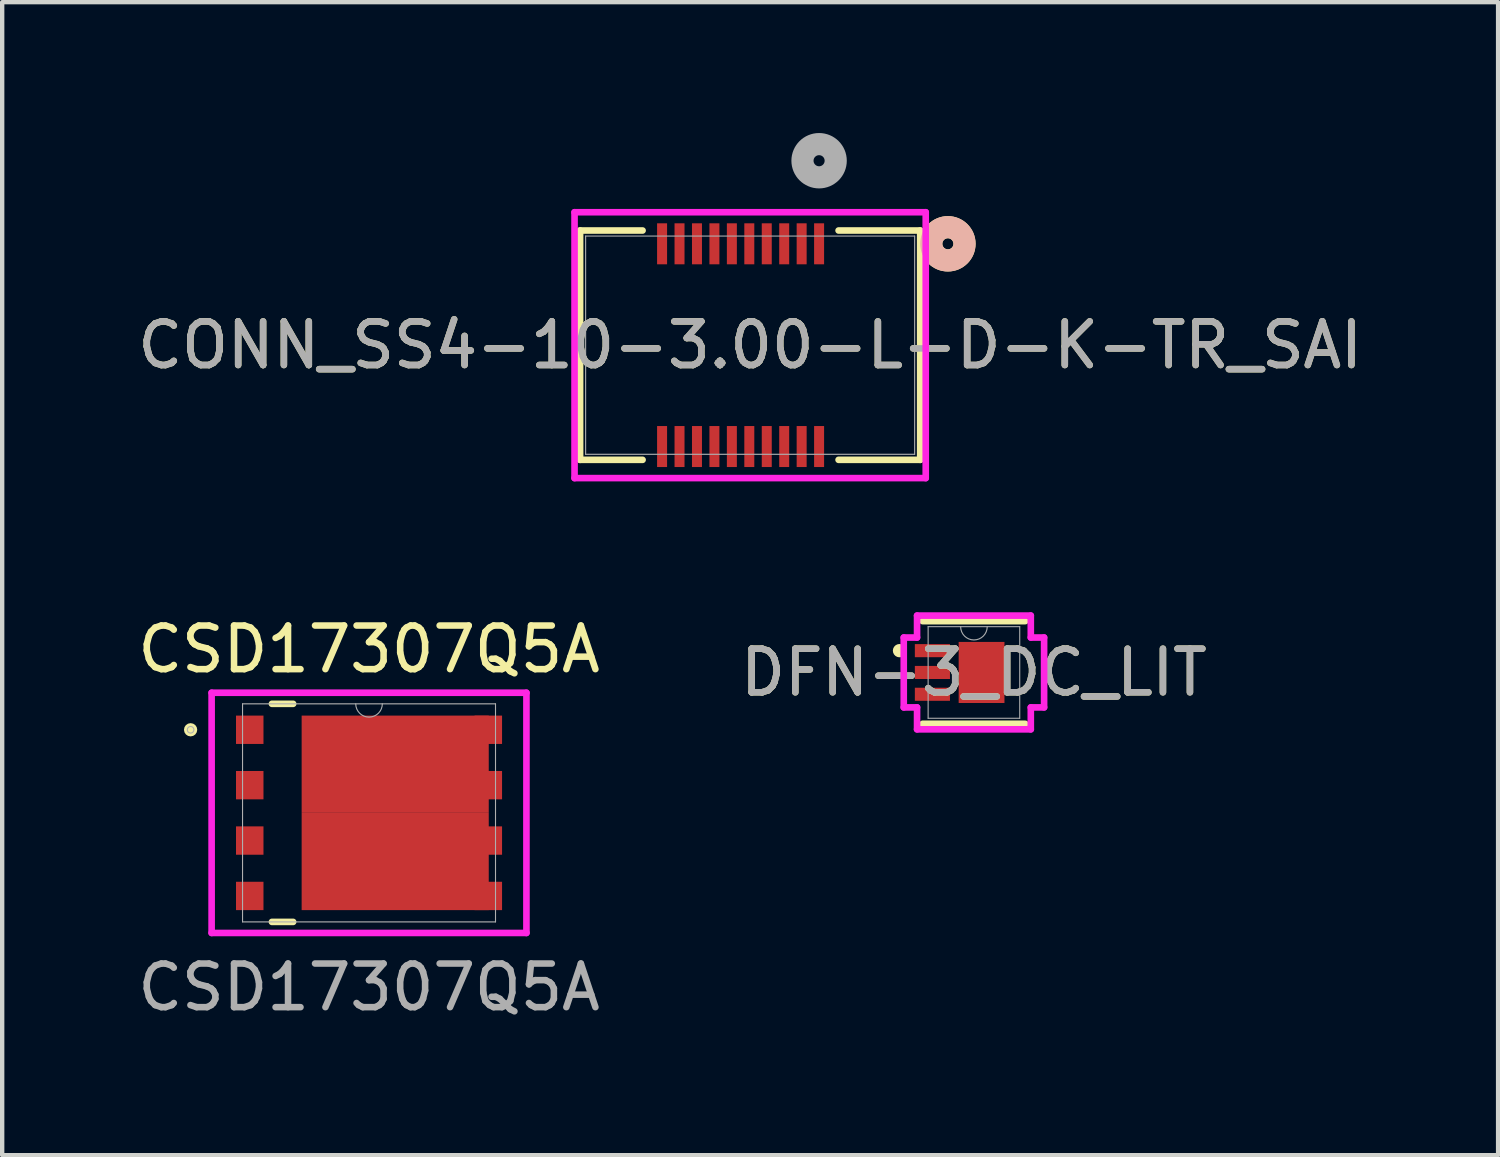
<source format=kicad_pcb>
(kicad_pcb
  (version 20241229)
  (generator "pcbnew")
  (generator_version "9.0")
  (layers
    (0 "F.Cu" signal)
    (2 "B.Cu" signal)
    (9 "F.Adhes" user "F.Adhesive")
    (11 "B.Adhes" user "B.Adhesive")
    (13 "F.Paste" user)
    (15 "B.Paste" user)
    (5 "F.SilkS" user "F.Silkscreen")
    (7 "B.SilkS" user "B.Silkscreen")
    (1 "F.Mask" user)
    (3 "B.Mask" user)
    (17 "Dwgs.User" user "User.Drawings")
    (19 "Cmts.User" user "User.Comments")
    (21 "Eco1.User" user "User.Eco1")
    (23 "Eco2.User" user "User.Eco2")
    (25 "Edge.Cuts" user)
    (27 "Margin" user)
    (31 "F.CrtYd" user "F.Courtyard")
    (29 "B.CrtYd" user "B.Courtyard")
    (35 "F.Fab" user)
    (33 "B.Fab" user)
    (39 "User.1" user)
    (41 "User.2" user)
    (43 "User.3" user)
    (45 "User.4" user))
  (footprint "DFN-3_DC_LIT"
    (layer "F.Cu")
    (at 19.28 12.368)
    (property "Reference" "DFN-3_DC_LIT" (at 0 0 0) (unlocked yes) (layer "F.SilkS") (effects (font (size 1 1) (thickness 0.15))))
    (attr smd)
    (fp_line (start -1.177 1.177) (end 1.177 1.177) (stroke (width 0.152) (type solid)) (layer "F.SilkS"))
    (fp_line (start 1.177 -1.177) (end -1.177 -1.177) (stroke (width 0.152) (type solid)) (layer "F.SilkS"))
    (fp_arc (start -1.687541 -0.426171) (mid -1.7826 -0.5) (end -1.687541 -0.573829) (stroke (width 0.1524) (type solid)) (layer "F.SilkS"))
    (fp_poly (pts (xy -0.525 -0.7) (xy -0.525 0.7) (xy 0.525 0.7) (xy 0.525 -0.7)) (stroke (width 0) (type solid)) (fill yes) (layer "F.Paste"))
    (fp_line (start -1.609 -0.801) (end -1.304 -0.801) (stroke (width 0.152) (type solid)) (layer "F.CrtYd"))
    (fp_line (start -1.609 0.801) (end -1.609 -0.801) (stroke (width 0.152) (type solid)) (layer "F.CrtYd"))
    (fp_line (start -1.609 0.801) (end -1.304 0.801) (stroke (width 0.152) (type solid)) (layer "F.CrtYd"))
    (fp_line (start -1.304 -1.304) (end 1.304 -1.304) (stroke (width 0.152) (type solid)) (layer "F.CrtYd"))
    (fp_line (start -1.304 -0.801) (end -1.304 -1.304) (stroke (width 0.152) (type solid)) (layer "F.CrtYd"))
    (fp_line (start -1.304 1.304) (end -1.304 0.801) (stroke (width 0.152) (type solid)) (layer "F.CrtYd"))
    (fp_line (start 1.304 -1.304) (end 1.304 -0.801) (stroke (width 0.152) (type solid)) (layer "F.CrtYd"))
    (fp_line (start 1.304 0.801) (end 1.304 1.304) (stroke (width 0.152) (type solid)) (layer "F.CrtYd"))
    (fp_line (start 1.304 1.304) (end -1.304 1.304) (stroke (width 0.152) (type solid)) (layer "F.CrtYd"))
    (fp_line (start 1.609 -0.801) (end 1.304 -0.801) (stroke (width 0.152) (type solid)) (layer "F.CrtYd"))
    (fp_line (start 1.609 -0.801) (end 1.609 0.801) (stroke (width 0.152) (type solid)) (layer "F.CrtYd"))
    (fp_line (start 1.609 0.801) (end 1.304 0.801) (stroke (width 0.152) (type solid)) (layer "F.CrtYd"))
    (fp_line (start -1.05 -1.05) (end -1.05 1.05) (stroke (width 0.025) (type solid)) (layer "F.Fab"))
    (fp_line (start -1.05 1.05) (end 1.05 1.05) (stroke (width 0.025) (type solid)) (layer "F.Fab"))
    (fp_line (start 1.05 -1.05) (end -1.05 -1.05) (stroke (width 0.025) (type solid)) (layer "F.Fab"))
    (fp_line (start 1.05 1.05) (end 1.05 -1.05) (stroke (width 0.025) (type solid)) (layer "F.Fab"))
    (fp_arc (start 0.3048 -1.05) (mid 0 -0.7452) (end -0.3048 -1.05) (stroke (width 0.0254) (type solid)) (layer "F.Fab"))
    (fp_circle (center -0.55 -0.5) (end -0.474 -0.5) (stroke (width 0.025) (type solid)) (fill no) (layer "F.Fab"))
    (fp_text user "${REFERENCE}" (at 0 0 0) (unlocked yes) (layer "F.Fab") (effects (font (size 1 1) (thickness 0.15))))
    (pad "1" smd rect (at -0.952 -0.5) (size 0.805 0.3) (layers "F.Cu" "F.Mask" "F.Paste"))
    (pad "2" smd rect (at -0.952 0) (size 0.805 0.3) (layers "F.Cu" "F.Mask" "F.Paste"))
    (pad "3" smd rect (at -0.952 0.5) (size 0.805 0.3) (layers "F.Cu" "F.Mask" "F.Paste"))
    (pad "4" smd rect (at 0.175 0) (size 1.05 1.4) (layers "F.Cu" "F.Mask")))
  (footprint "CONN_SS4-10-3.00-L-D-K-TR_SAI"
    (layer "F.Cu")
    (at 14.149 4.864)
    (property "Reference" "CONN_SS4-10-3.00-L-D-K-TR_SAI" (at 0 0 0) (unlocked yes) (layer "F.SilkS") (effects (font (size 1 1) (thickness 0.15))))
    (attr smd)
    (fp_line (start -3.899 -2.629) (end -3.899 2.629) (stroke (width 0.152) (type solid)) (layer "F.SilkS"))
    (fp_line (start -3.899 2.629) (end -2.466 2.629) (stroke (width 0.152) (type solid)) (layer "F.SilkS"))
    (fp_line (start -2.466 -2.629) (end -3.899 -2.629) (stroke (width 0.152) (type solid)) (layer "F.SilkS"))
    (fp_line (start 2.028 2.629) (end 3.899 2.629) (stroke (width 0.152) (type solid)) (layer "F.SilkS"))
    (fp_line (start 3.899 -2.629) (end 2.028 -2.629) (stroke (width 0.152) (type solid)) (layer "F.SilkS"))
    (fp_line (start 3.899 2.629) (end 3.899 -2.629) (stroke (width 0.152) (type solid)) (layer "F.SilkS"))
    (fp_circle (center 4.534 -2.324) (end 4.915 -2.324) (stroke (width 0.508) (type solid)) (fill no) (layer "F.SilkS"))
    (fp_circle (center 4.534 -2.324) (end 4.915 -2.324) (stroke (width 0.508) (type solid)) (fill no) (layer "B.SilkS"))
    (fp_line (start -4.026 -3.048) (end -4.026 3.048) (stroke (width 0.152) (type solid)) (layer "F.CrtYd"))
    (fp_line (start -4.026 3.048) (end 4.026 3.048) (stroke (width 0.152) (type solid)) (layer "F.CrtYd"))
    (fp_line (start 4.026 -3.048) (end -4.026 -3.048) (stroke (width 0.152) (type solid)) (layer "F.CrtYd"))
    (fp_line (start 4.026 3.048) (end 4.026 -3.048) (stroke (width 0.152) (type solid)) (layer "F.CrtYd"))
    (fp_line (start -3.772 -2.502) (end -3.772 2.502) (stroke (width 0.025) (type solid)) (layer "F.Fab"))
    (fp_line (start -3.772 2.502) (end 3.772 2.502) (stroke (width 0.025) (type solid)) (layer "F.Fab"))
    (fp_line (start 3.772 -2.502) (end -3.772 -2.502) (stroke (width 0.025) (type solid)) (layer "F.Fab"))
    (fp_line (start 3.772 2.502) (end 3.772 -2.502) (stroke (width 0.025) (type solid)) (layer "F.Fab"))
    (fp_circle (center 1.581 -4.229) (end 1.962 -4.229) (stroke (width 0.508) (type solid)) (fill no) (layer "F.Fab"))
    (fp_text user "${REFERENCE}" (at 0 0 0) (unlocked yes) (layer "F.Fab") (effects (font (size 1 1) (thickness 0.15))))
    (pad "1" smd rect (at 1.581 -2.324) (size 0.229 0.94) (layers "F.Cu" "F.Mask" "F.Paste"))
    (pad "2" smd rect (at 1.581 2.324) (size 0.229 0.94) (layers "F.Cu" "F.Mask" "F.Paste"))
    (pad "3" smd rect (at 1.181 -2.324) (size 0.229 0.94) (layers "F.Cu" "F.Mask" "F.Paste"))
    (pad "4" smd rect (at 1.181 2.324) (size 0.229 0.94) (layers "F.Cu" "F.Mask" "F.Paste"))
    (pad "5" smd rect (at 0.781 -2.324) (size 0.229 0.94) (layers "F.Cu" "F.Mask" "F.Paste"))
    (pad "6" smd rect (at 0.781 2.324) (size 0.229 0.94) (layers "F.Cu" "F.Mask" "F.Paste"))
    (pad "7" smd rect (at 0.381 -2.324) (size 0.229 0.94) (layers "F.Cu" "F.Mask" "F.Paste"))
    (pad "8" smd rect (at 0.381 2.324) (size 0.229 0.94) (layers "F.Cu" "F.Mask" "F.Paste"))
    (pad "9" smd rect (at -0.019 -2.324) (size 0.229 0.94) (layers "F.Cu" "F.Mask" "F.Paste"))
    (pad "10" smd rect (at -0.019 2.324) (size 0.229 0.94) (layers "F.Cu" "F.Mask" "F.Paste"))
    (pad "11" smd rect (at -0.419 -2.324) (size 0.229 0.94) (layers "F.Cu" "F.Mask" "F.Paste"))
    (pad "12" smd rect (at -0.419 2.324) (size 0.229 0.94) (layers "F.Cu" "F.Mask" "F.Paste"))
    (pad "13" smd rect (at -0.819 -2.324) (size 0.229 0.94) (layers "F.Cu" "F.Mask" "F.Paste"))
    (pad "14" smd rect (at -0.819 2.324) (size 0.229 0.94) (layers "F.Cu" "F.Mask" "F.Paste"))
    (pad "15" smd rect (at -1.219 -2.324) (size 0.229 0.94) (layers "F.Cu" "F.Mask" "F.Paste"))
    (pad "16" smd rect (at -1.219 2.324) (size 0.229 0.94) (layers "F.Cu" "F.Mask" "F.Paste"))
    (pad "17" smd rect (at -1.619 -2.324) (size 0.229 0.94) (layers "F.Cu" "F.Mask" "F.Paste"))
    (pad "18" smd rect (at -1.619 2.324) (size 0.229 0.94) (layers "F.Cu" "F.Mask" "F.Paste"))
    (pad "19" smd rect (at -2.019 -2.324) (size 0.229 0.94) (layers "F.Cu" "F.Mask" "F.Paste"))
    (pad "20" smd rect (at -2.019 2.324) (size 0.229 0.94) (layers "F.Cu" "F.Mask" "F.Paste")))
  (footprint "CSD17307Q5A"
    (layer "F.Cu")
    (at 5.411 15.587)
    (property "Reference" "CSD17307Q5A" (at 0 -3.75 0) (unlocked yes) (layer "F.SilkS") (effects (font (size 1 1) (thickness 0.15))))
    (attr smd)
    (fp_poly (pts (xy 2.745 -2.23) (xy -1.545 -2.23) (xy -1.545 0) (xy 2.745 0)) (stroke (width 0) (type solid)) (fill yes) (layer "F.Cu"))
    (fp_poly (pts (xy 2.745 2.23) (xy -1.545 2.23) (xy -1.545 0) (xy 2.745 0)) (stroke (width 0) (type solid)) (fill yes) (layer "F.Cu"))
    (fp_poly (pts (xy -3.12 -2.3) (xy -3.12 -1.51) (xy -2.35 -1.51) (xy -2.35 -2.3)) (stroke (width 0) (type solid)) (fill yes) (layer "F.Mask"))
    (fp_poly (pts (xy -3.12 -1.03) (xy -3.12 -0.24) (xy -2.35 -0.24) (xy -2.35 -1.03)) (stroke (width 0) (type solid)) (fill yes) (layer "F.Mask"))
    (fp_poly (pts (xy -3.12 0.24) (xy -3.12 1.03) (xy -2.35 1.03) (xy -2.35 0.24)) (stroke (width 0) (type solid)) (fill yes) (layer "F.Mask"))
    (fp_poly (pts (xy -3.12 1.51) (xy -3.12 2.3) (xy -2.35 2.3) (xy -2.35 1.51)) (stroke (width 0) (type solid)) (fill yes) (layer "F.Mask"))
    (fp_poly (pts (xy 2.35 -2.3) (xy 2.35 -1.51) (xy 3.12 -1.51) (xy 3.12 -2.3)) (stroke (width 0) (type solid)) (fill yes) (layer "F.Mask"))
    (fp_poly (pts (xy 2.35 -1.03) (xy 2.35 -0.24) (xy 3.12 -0.24) (xy 3.12 -1.03)) (stroke (width 0) (type solid)) (fill yes) (layer "F.Mask"))
    (fp_poly (pts (xy 2.35 0.24) (xy 2.35 1.03) (xy 3.12 1.03) (xy 3.12 0.24)) (stroke (width 0) (type solid)) (fill yes) (layer "F.Mask"))
    (fp_poly (pts (xy 2.35 1.51) (xy 2.35 2.3) (xy 3.12 2.3) (xy 3.12 1.51)) (stroke (width 0) (type solid)) (fill yes) (layer "F.Mask"))
    (fp_poly (pts (xy 2.745 -2.23) (xy -1.545 -2.23) (xy -1.545 0) (xy 2.745 0)) (stroke (width 0) (type solid)) (fill yes) (layer "F.Mask"))
    (fp_poly (pts (xy 2.745 2.23) (xy -1.545 2.23) (xy -1.545 0) (xy 2.745 0)) (stroke (width 0) (type solid)) (fill yes) (layer "F.Mask"))
    (fp_line (start -2.226 2.5) (end -1.74 2.5) (stroke (width 0.152) (type solid)) (layer "F.SilkS"))
    (fp_line (start -1.74 -2.5) (end -2.226 -2.5) (stroke (width 0.152) (type solid)) (layer "F.SilkS"))
    (fp_circle (center -4.091 -1.905) (end -4.015 -1.905) (stroke (width 0.152) (type solid)) (fill no) (layer "F.SilkS"))
    (fp_poly (pts (xy -0.18 -0.31) (xy -1.415 -0.31) (xy -1.415 -1.88) (xy -0.18 -1.88)) (stroke (width 0) (type solid)) (fill yes) (layer "F.Paste"))
    (fp_poly (pts (xy -0.18 0.31) (xy -1.415 0.31) (xy -1.415 1.88) (xy -0.18 1.88)) (stroke (width 0) (type solid)) (fill yes) (layer "F.Paste"))
    (fp_poly (pts (xy 0.32 -0.31) (xy 1.905 -0.31) (xy 1.905 -1.88) (xy 0.32 -1.88)) (stroke (width 0) (type solid)) (fill yes) (layer "F.Paste"))
    (fp_poly (pts (xy 0.32 0.31) (xy 1.905 0.31) (xy 1.905 1.88) (xy 0.32 1.88)) (stroke (width 0) (type solid)) (fill yes) (layer "F.Paste"))
    (fp_line (start -3.609 -2.754) (end 3.609 -2.754) (stroke (width 0.152) (type solid)) (layer "F.CrtYd"))
    (fp_line (start -3.609 2.754) (end -3.609 -2.754) (stroke (width 0.152) (type solid)) (layer "F.CrtYd"))
    (fp_line (start 3.609 -2.754) (end 3.609 2.754) (stroke (width 0.152) (type solid)) (layer "F.CrtYd"))
    (fp_line (start 3.609 2.754) (end -3.609 2.754) (stroke (width 0.152) (type solid)) (layer "F.CrtYd"))
    (fp_line (start -2.9 -2.5) (end -2.9 2.5) (stroke (width 0.025) (type solid)) (layer "F.Fab"))
    (fp_line (start -2.9 2.5) (end 2.9 2.5) (stroke (width 0.025) (type solid)) (layer "F.Fab"))
    (fp_line (start 2.9 -2.5) (end -2.9 -2.5) (stroke (width 0.025) (type solid)) (layer "F.Fab"))
    (fp_line (start 2.9 2.5) (end 2.9 -2.5) (stroke (width 0.025) (type solid)) (layer "F.Fab"))
    (fp_arc (start 0.3048 -2.5) (mid 0 -2.1952) (end -0.3048 -2.5) (stroke (width 0.0254) (type solid)) (layer "F.Fab"))
    (fp_circle (center -4.091 -1.905) (end -4.015 -1.905) (stroke (width 0.025) (type solid)) (fill no) (layer "F.Fab"))
    (fp_text user "${REFERENCE}" (at 0 4 0) (unlocked yes) (layer "F.Fab") (effects (font (size 1 1) (thickness 0.15))))
    (pad "1" smd rect (at 2.735 -1.905) (size 0.63 0.65) (layers "F.Cu" "F.Mask" "F.Paste"))
    (pad "1" smd rect (at 2.735 -0.635) (size 0.63 0.65) (layers "F.Cu" "F.Mask" "F.Paste"))
    (pad "1" smd rect (at 2.735 0.635) (size 0.63 0.65) (layers "F.Cu" "F.Mask" "F.Paste"))
    (pad "1" smd rect (at 2.735 1.905) (size 0.63 0.65) (layers "F.Cu" "F.Mask" "F.Paste"))
    (pad "2" smd rect (at -2.735 1.905) (size 0.63 0.65) (layers "F.Cu" "F.Mask" "F.Paste"))
    (pad "3" smd rect (at -2.735 -1.905) (size 0.63 0.65) (layers "F.Cu" "F.Mask" "F.Paste"))
    (pad "3" smd rect (at -2.735 -0.635) (size 0.63 0.65) (layers "F.Cu" "F.Mask" "F.Paste"))
    (pad "3" smd rect (at -2.735 0.635) (size 0.63 0.65) (layers "F.Cu" "F.Mask" "F.Paste")))
  (gr_rect
    (start -3 -3)
    (end 31.298 23.435)
    (stroke (width 0.1) (type default))
    (fill no)
    (layer "Edge.Cuts")))
</source>
